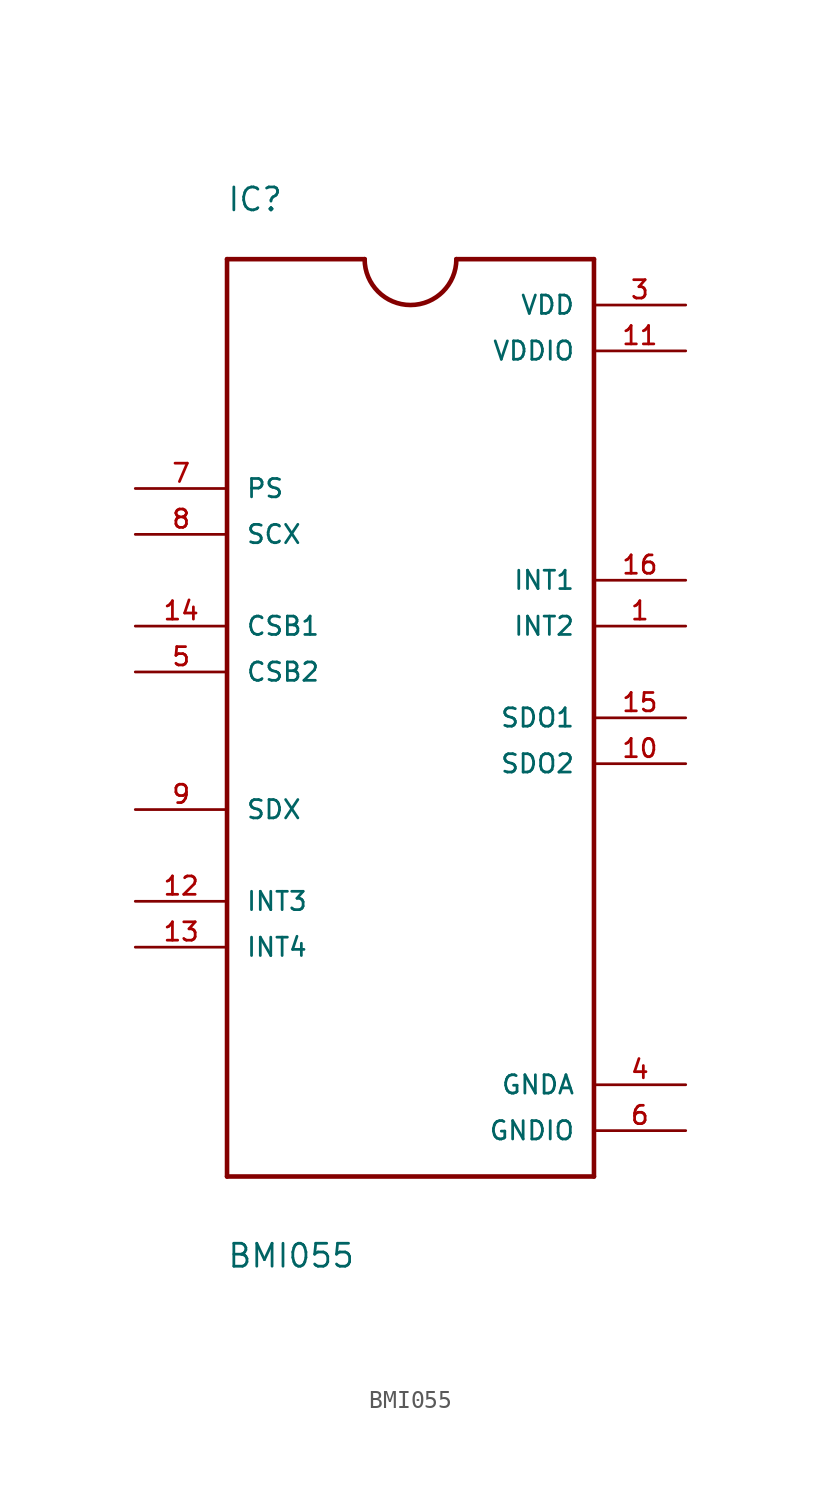
<source format=kicad_sym>
(kicad_symbol_lib
  (version 20211014)
  (generator kicad_symbol_editor)
  (symbol "BMI055"
    (pin_names
      (offset 1.016))
    (property "Reference" "IC"
      (at -10.185 22.885 0)
      (effects (font (size 1.27 1.27)) (justify left bottom)))
    (property "Value" "BMI055"
      (at -10.185 -35.611 0)
      (effects (font (size 1.27 1.27)) (justify left bottom)))
    (property "ki_locked" ""
      (at 0 0 0)
      (effects (font (size 1.27 1.27))))
    (symbol "BMI055_0_0"
      (arc (start -2.54 20.32) (mid 0 17.78) (end 2.54 20.32) (stroke (width 0.254) (type default) (color 0 0 0 0)) (fill (type none)))
      (polyline (pts (xy -10.16 -30.48) (xy -10.16 20.32)) (stroke (width 0.254) (type default) (color 0 0 0 0)) (fill (type none)))
      (polyline (pts (xy -10.16 20.32) (xy -2.54 20.32)) (stroke (width 0.254) (type default) (color 0 0 0 0)) (fill (type none)))
      (polyline (pts (xy 2.54 20.32) (xy 10.16 20.32)) (stroke (width 0.254) (type default) (color 0 0 0 0)) (fill (type none)))
      (polyline (pts (xy 10.16 -30.48) (xy -10.16 -30.48)) (stroke (width 0.254) (type default) (color 0 0 0 0)) (fill (type none)))
      (polyline (pts (xy 10.16 20.32) (xy 10.16 -30.48)) (stroke (width 0.254) (type default) (color 0 0 0 0)) (fill (type none)))
      (pin output line (at 15.24 0 180) (length 5.08) (name "INT2" (effects (font (size 1.016 1.016)))) (number "1" (effects (font (size 1.016 1.016)))))
      (pin output line (at 15.24 -7.62 180) (length 5.08) (name "SDO2" (effects (font (size 1.016 1.016)))) (number "10" (effects (font (size 1.016 1.016)))))
      (pin power_in line (at 15.24 15.24 180) (length 5.08) (name "VDDIO" (effects (font (size 1.016 1.016)))) (number "11" (effects (font (size 1.016 1.016)))))
      (pin bidirectional line (at -15.24 -15.24 0) (length 5.08) (name "INT3" (effects (font (size 1.016 1.016)))) (number "12" (effects (font (size 1.016 1.016)))))
      (pin bidirectional line (at -15.24 -17.78 0) (length 5.08) (name "INT4" (effects (font (size 1.016 1.016)))) (number "13" (effects (font (size 1.016 1.016)))))
      (pin input line (at -15.24 0 0) (length 5.08) (name "CSB1" (effects (font (size 1.016 1.016)))) (number "14" (effects (font (size 1.016 1.016)))))
      (pin output line (at 15.24 -5.08 180) (length 5.08) (name "SDO1" (effects (font (size 1.016 1.016)))) (number "15" (effects (font (size 1.016 1.016)))))
      (pin output line (at 15.24 2.54 180) (length 5.08) (name "INT1" (effects (font (size 1.016 1.016)))) (number "16" (effects (font (size 1.016 1.016)))))
      (pin power_in line (at 15.24 17.78 180) (length 5.08) (name "VDD" (effects (font (size 1.016 1.016)))) (number "3" (effects (font (size 1.016 1.016)))))
      (pin passive line (at 15.24 -25.4 180) (length 5.08) (name "GNDA" (effects (font (size 1.016 1.016)))) (number "4" (effects (font (size 1.016 1.016)))))
      (pin input line (at -15.24 -2.54 0) (length 5.08) (name "CSB2" (effects (font (size 1.016 1.016)))) (number "5" (effects (font (size 1.016 1.016)))))
      (pin passive line (at 15.24 -27.94 180) (length 5.08) (name "GNDIO" (effects (font (size 1.016 1.016)))) (number "6" (effects (font (size 1.016 1.016)))))
      (pin input line (at -15.24 7.62 0) (length 5.08) (name "PS" (effects (font (size 1.016 1.016)))) (number "7" (effects (font (size 1.016 1.016)))))
      (pin input line (at -15.24 5.08 0) (length 5.08) (name "SCX" (effects (font (size 1.016 1.016)))) (number "8" (effects (font (size 1.016 1.016)))))
      (pin bidirectional line (at -15.24 -10.16 0) (length 5.08) (name "SDX" (effects (font (size 1.016 1.016)))) (number "9" (effects (font (size 1.016 1.016))))))))
</source>
